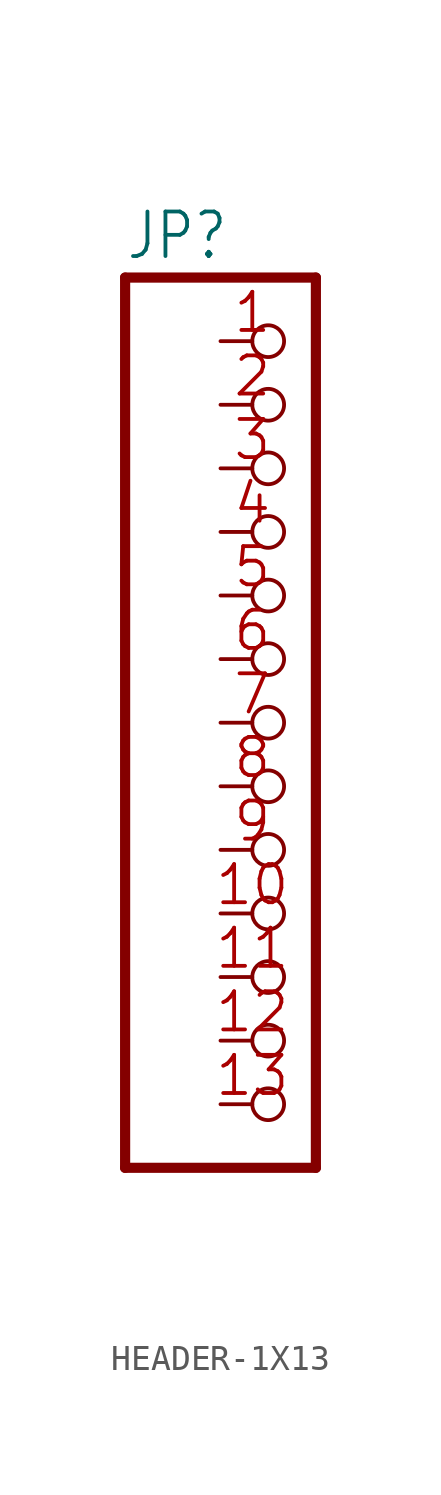
<source format=kicad_sym>
(kicad_symbol_lib
  (version 20241209)
  (generator "kicad_symbol_editor")
  (generator_version "9.0")
  (symbol "HEADER-1X13"
    (property "Reference" "JP"
      (at -6.35 18.415 0)
      (effects (font (size 1.778 1.511)) (justify left bottom)))
    (property "Value" ""
      (at -6.35 -20.32 0)
      (effects (font (size 1.778 1.511)) (justify left bottom)))
    (property "ki_locked" ""
      (at 0 0 0)
      (effects (font (size 1.27 1.27))))
    (symbol "HEADER-1X13_1_0"
      (polyline (pts (xy -6.35 17.78) (xy -6.35 -17.78)) (stroke (width 0.406) (type solid)) (fill (type none)))
      (polyline (pts (xy -6.35 -17.78) (xy 1.27 -17.78)) (stroke (width 0.406) (type solid)) (fill (type none)))
      (polyline (pts (xy 1.27 17.78) (xy -6.35 17.78)) (stroke (width 0.406) (type solid)) (fill (type none)))
      (polyline (pts (xy 1.27 -17.78) (xy 1.27 17.78)) (stroke (width 0.406) (type solid)) (fill (type none)))
      (pin passive inverted (at -2.54 15.24 0) (length 2.54) (name "1" (effects (font (size 0 0)))) (number "1" (effects (font (size 1.524 1.524)))))
      (pin passive inverted (at -2.54 12.7 0) (length 2.54) (name "2" (effects (font (size 0 0)))) (number "2" (effects (font (size 1.524 1.524)))))
      (pin passive inverted (at -2.54 10.16 0) (length 2.54) (name "3" (effects (font (size 0 0)))) (number "3" (effects (font (size 1.524 1.524)))))
      (pin passive inverted (at -2.54 7.62 0) (length 2.54) (name "4" (effects (font (size 0 0)))) (number "4" (effects (font (size 1.524 1.524)))))
      (pin passive inverted (at -2.54 5.08 0) (length 2.54) (name "5" (effects (font (size 0 0)))) (number "5" (effects (font (size 1.524 1.524)))))
      (pin passive inverted (at -2.54 2.54 0) (length 2.54) (name "6" (effects (font (size 0 0)))) (number "6" (effects (font (size 1.524 1.524)))))
      (pin passive inverted (at -2.54 0 0) (length 2.54) (name "7" (effects (font (size 0 0)))) (number "7" (effects (font (size 1.524 1.524)))))
      (pin passive inverted (at -2.54 -2.54 0) (length 2.54) (name "8" (effects (font (size 0 0)))) (number "8" (effects (font (size 1.524 1.524)))))
      (pin passive inverted (at -2.54 -5.08 0) (length 2.54) (name "9" (effects (font (size 0 0)))) (number "9" (effects (font (size 1.524 1.524)))))
      (pin passive inverted (at -2.54 -7.62 0) (length 2.54) (name "10" (effects (font (size 0 0)))) (number "10" (effects (font (size 1.524 1.524)))))
      (pin passive inverted (at -2.54 -10.16 0) (length 2.54) (name "11" (effects (font (size 0 0)))) (number "11" (effects (font (size 1.524 1.524)))))
      (pin passive inverted (at -2.54 -12.7 0) (length 2.54) (name "12" (effects (font (size 0 0)))) (number "12" (effects (font (size 1.524 1.524)))))
      (pin passive inverted (at -2.54 -15.24 0) (length 2.54) (name "13" (effects (font (size 0 0)))) (number "13" (effects (font (size 1.524 1.524))))))))
</source>
